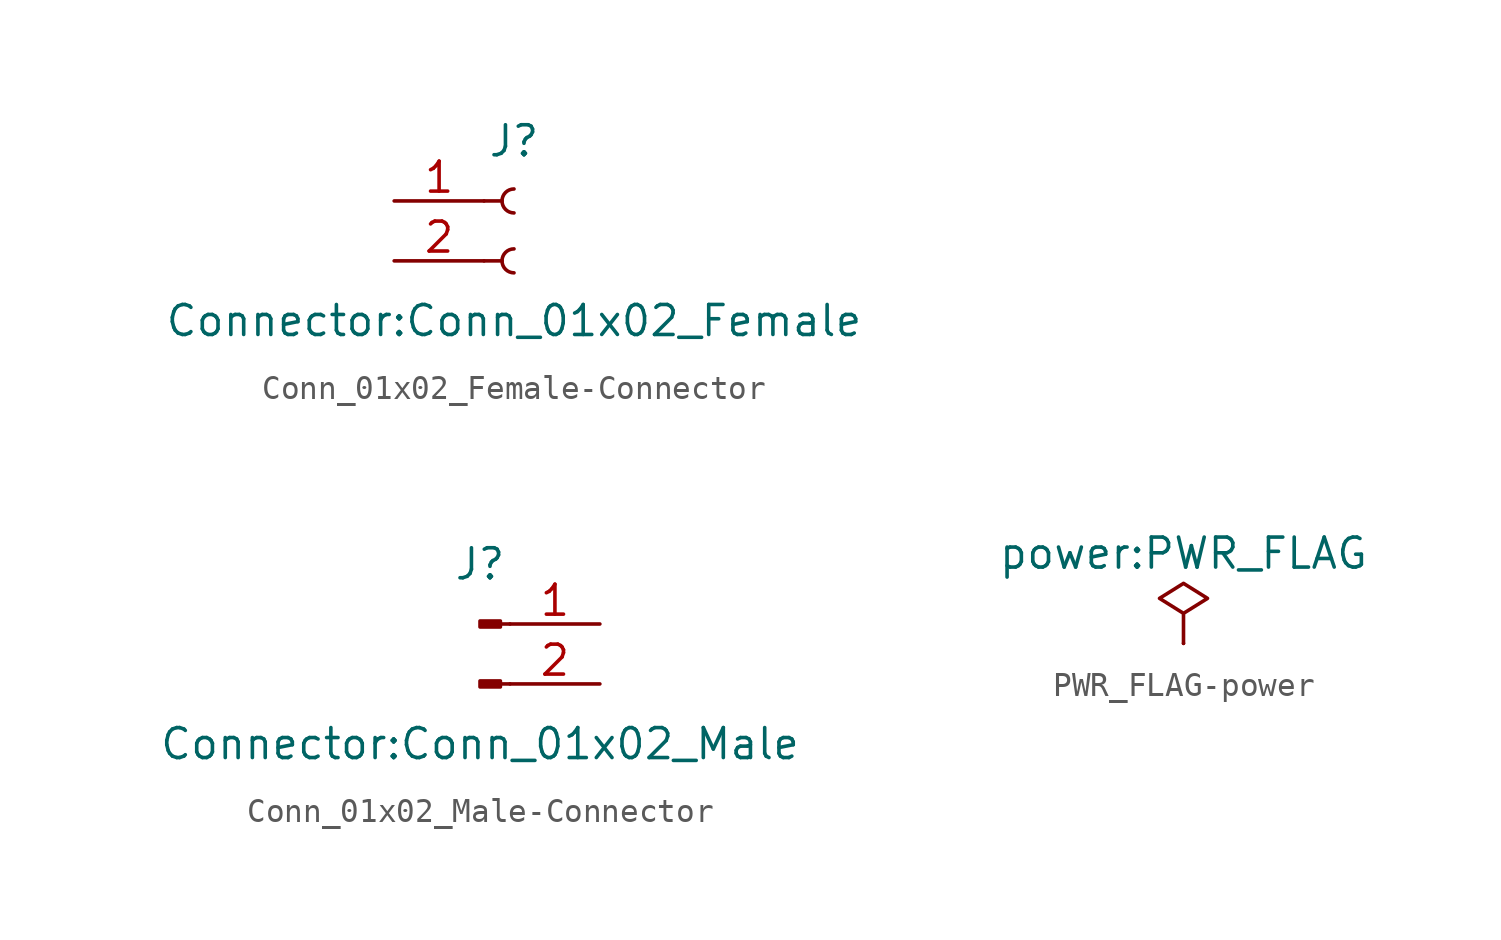
<source format=kicad_sym>
(kicad_symbol_lib
  (version 20231120)
  (generator "kicad_symbol_editor")
  (generator_version "8.0")
  (symbol "Conn_01x02_Female-Connector"
    (pin_names
      (offset 1.016) hide)
    (property "Reference" "J"
      (at 0 2.54 0)
      (effects (font (size 1.27 1.27))))
    (property "Value" "Connector:Conn_01x02_Female"
      (at 0 -5.08 0)
      (effects (font (size 1.27 1.27))))
    (symbol "Conn_01x02_Female-Connector_1_1"
      (arc (start 0 -2.032) (mid -0.508 -2.54) (end 0 -3.048) (stroke (width 0.1524) (type solid)) (fill (type none)))
      (polyline (pts (xy -1.27 -2.54) (xy -0.508 -2.54)) (stroke (width 0.152) (type solid)) (fill (type none)))
      (polyline (pts (xy -1.27 0) (xy -0.508 0)) (stroke (width 0.152) (type solid)) (fill (type none)))
      (arc (start 0 0.508) (mid -0.508 0) (end 0 -0.508) (stroke (width 0.1524) (type solid)) (fill (type none)))
      (pin passive line (at -5.08 0 0) (length 3.81) (name "Pin_1" (effects (font (size 1.27 1.27)))) (number "1" (effects (font (size 1.27 1.27)))))
      (pin passive line (at -5.08 -2.54 0) (length 3.81) (name "Pin_2" (effects (font (size 1.27 1.27)))) (number "2" (effects (font (size 1.27 1.27)))))))
  (symbol "Conn_01x02_Male-Connector"
    (pin_names
      (offset 1.016) hide)
    (property "Reference" "J"
      (at 0 2.54 0)
      (effects (font (size 1.27 1.27))))
    (property "Value" "Connector:Conn_01x02_Male"
      (at 0 -5.08 0)
      (effects (font (size 1.27 1.27))))
    (symbol "Conn_01x02_Male-Connector_1_1"
      (polyline (pts (xy 1.27 -2.54) (xy 0.864 -2.54)) (stroke (width 0.152) (type solid)) (fill (type none)))
      (polyline (pts (xy 1.27 0) (xy 0.864 0)) (stroke (width 0.152) (type solid)) (fill (type none)))
      (rectangle (start 0.864 -2.413) (end 0 -2.667) (stroke (width 0.152) (type solid)) (fill (type outline)))
      (rectangle (start 0.864 0.127) (end 0 -0.127) (stroke (width 0.152) (type solid)) (fill (type outline)))
      (pin passive line (at 5.08 0 180) (length 3.81) (name "Pin_1" (effects (font (size 1.27 1.27)))) (number "1" (effects (font (size 1.27 1.27)))))
      (pin passive line (at 5.08 -2.54 180) (length 3.81) (name "Pin_2" (effects (font (size 1.27 1.27)))) (number "2" (effects (font (size 1.27 1.27)))))))
  (symbol "PWR_FLAG-power"
    (power)
    (pin_numbers hide)
    (pin_names
      (offset 0) hide)
    (property "Reference" "#FLG"
      (at 0 1.905 0)
      (effects (font (size 1.27 1.27)) (hide yes)))
    (property "Value" "power:PWR_FLAG"
      (at 0 3.81 0)
      (effects (font (size 1.27 1.27))))
    (symbol "PWR_FLAG-power_0_0"
      (pin power_out line (at 0 0 90) (length 0) (name "pwr" (effects (font (size 1.27 1.27)))) (number "1" (effects (font (size 1.27 1.27))))))
    (symbol "PWR_FLAG-power_0_1"
      (polyline (pts (xy 0 0) (xy 0 1.27) (xy -1.016 1.905) (xy 0 2.54) (xy 1.016 1.905) (xy 0 1.27)) (stroke (width 0) (type solid)) (fill (type none))))))
</source>
